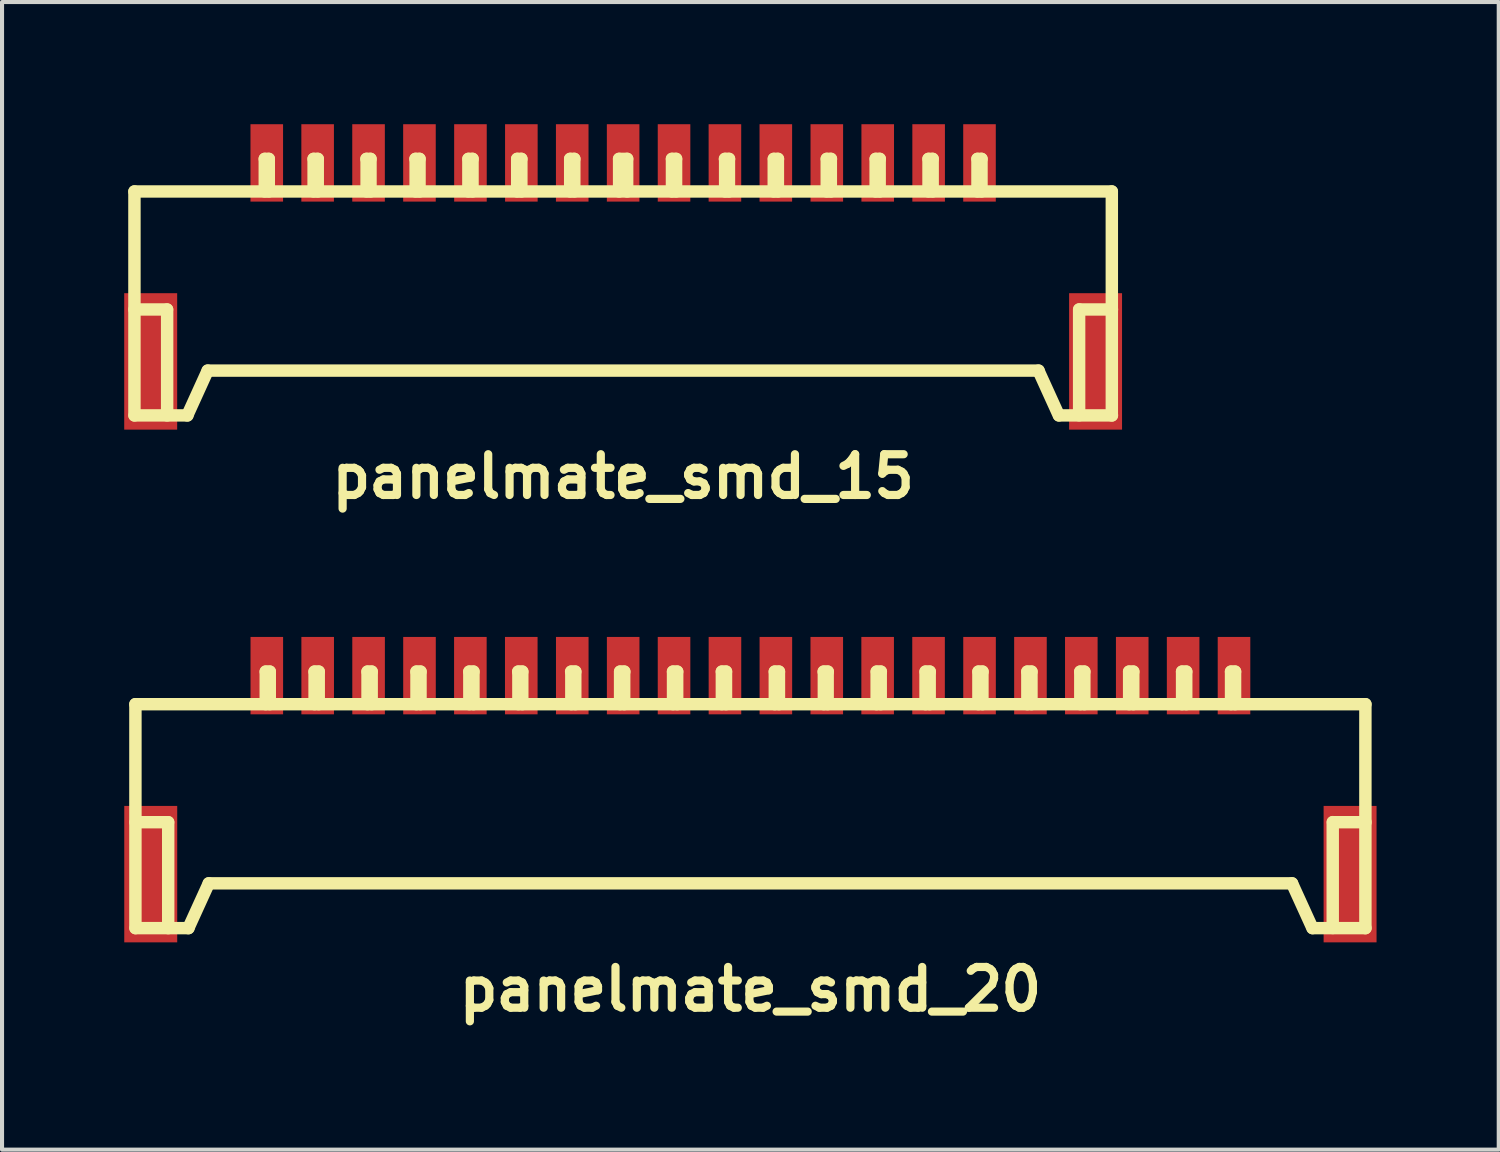
<source format=kicad_pcb>
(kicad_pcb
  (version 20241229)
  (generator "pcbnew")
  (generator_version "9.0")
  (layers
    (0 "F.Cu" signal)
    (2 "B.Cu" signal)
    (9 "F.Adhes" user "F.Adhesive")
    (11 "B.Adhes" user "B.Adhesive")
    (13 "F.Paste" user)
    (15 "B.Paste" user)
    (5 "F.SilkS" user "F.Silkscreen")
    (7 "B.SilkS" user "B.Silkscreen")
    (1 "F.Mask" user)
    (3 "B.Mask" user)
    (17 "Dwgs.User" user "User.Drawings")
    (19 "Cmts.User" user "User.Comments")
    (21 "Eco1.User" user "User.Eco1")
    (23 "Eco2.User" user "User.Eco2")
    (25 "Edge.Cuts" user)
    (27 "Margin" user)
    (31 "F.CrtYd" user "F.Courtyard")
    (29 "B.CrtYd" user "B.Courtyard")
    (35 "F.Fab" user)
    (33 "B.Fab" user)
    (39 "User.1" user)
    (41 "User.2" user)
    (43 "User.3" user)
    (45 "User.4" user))
  (footprint "panelmate_smd_20"
    (layer "F.Cu")
    (at 15.375 17.039)
    (property "Reference" "panelmate_smd_20" (at 0 4.201 0) (layer "F.SilkS") (effects (font (size 1.001 1.001) (thickness 0.201))))
    (attr through_hole)
    (fp_line (start -15.1 -2.799) (end -15.1 2.7) (stroke (width 0.305) (type solid)) (layer "F.SilkS"))
    (fp_line (start -15.098 0.099) (end -14.298 0.099) (stroke (width 0.305) (type solid)) (layer "F.SilkS"))
    (fp_line (start -14.295 0.099) (end -14.295 2.7) (stroke (width 0.305) (type solid)) (layer "F.SilkS"))
    (fp_line (start -13.8 2.7) (end -13.299 1.6) (stroke (width 0.305) (type solid)) (layer "F.SilkS"))
    (fp_line (start -13.797 2.7) (end -15.095 2.7) (stroke (width 0.305) (type solid)) (layer "F.SilkS"))
    (fp_line (start -13.299 1.6) (end 13.299 1.6) (stroke (width 0.305) (type solid)) (layer "F.SilkS"))
    (fp_line (start -11.9 -3.599) (end -11.9 -2.799) (stroke (width 0.305) (type solid)) (layer "F.SilkS"))
    (fp_line (start -11.801 -3.599) (end -11.9 -3.599) (stroke (width 0.305) (type solid)) (layer "F.SilkS"))
    (fp_line (start -11.801 -2.799) (end -11.801 -3.599) (stroke (width 0.305) (type solid)) (layer "F.SilkS"))
    (fp_line (start -10.701 -3.599) (end -10.599 -3.599) (stroke (width 0.305) (type solid)) (layer "F.SilkS"))
    (fp_line (start -10.701 -2.799) (end -10.701 -3.599) (stroke (width 0.305) (type solid)) (layer "F.SilkS"))
    (fp_line (start -10.599 -3.599) (end -10.599 -2.799) (stroke (width 0.305) (type solid)) (layer "F.SilkS"))
    (fp_line (start -9.401 -3.599) (end -9.401 -2.799) (stroke (width 0.305) (type solid)) (layer "F.SilkS"))
    (fp_line (start -9.299 -3.599) (end -9.401 -3.599) (stroke (width 0.305) (type solid)) (layer "F.SilkS"))
    (fp_line (start -9.299 -2.799) (end -9.299 -3.599) (stroke (width 0.305) (type solid)) (layer "F.SilkS"))
    (fp_line (start -8.199 -3.599) (end -8.1 -3.599) (stroke (width 0.305) (type solid)) (layer "F.SilkS"))
    (fp_line (start -8.199 -2.799) (end -8.199 -3.599) (stroke (width 0.305) (type solid)) (layer "F.SilkS"))
    (fp_line (start -8.1 -3.599) (end -8.1 -2.799) (stroke (width 0.305) (type solid)) (layer "F.SilkS"))
    (fp_line (start -6.901 -3.599) (end -6.901 -2.799) (stroke (width 0.305) (type solid)) (layer "F.SilkS"))
    (fp_line (start -6.8 -3.599) (end -6.901 -3.599) (stroke (width 0.305) (type solid)) (layer "F.SilkS"))
    (fp_line (start -6.8 -2.799) (end -6.8 -3.599) (stroke (width 0.305) (type solid)) (layer "F.SilkS"))
    (fp_line (start -5.702 -3.599) (end -5.601 -3.599) (stroke (width 0.305) (type solid)) (layer "F.SilkS"))
    (fp_line (start -5.697 -2.799) (end -5.697 -3.599) (stroke (width 0.305) (type solid)) (layer "F.SilkS"))
    (fp_line (start -5.601 -3.599) (end -5.601 -2.799) (stroke (width 0.305) (type solid)) (layer "F.SilkS"))
    (fp_line (start -4.402 -3.599) (end -4.3 -3.599) (stroke (width 0.305) (type solid)) (layer "F.SilkS"))
    (fp_line (start -4.397 -2.799) (end -4.397 -3.599) (stroke (width 0.305) (type solid)) (layer "F.SilkS"))
    (fp_line (start -4.3 -3.599) (end -4.3 -2.799) (stroke (width 0.305) (type solid)) (layer "F.SilkS"))
    (fp_line (start -3.2 -3.599) (end -3.2 -2.799) (stroke (width 0.305) (type solid)) (layer "F.SilkS"))
    (fp_line (start -3.099 -3.599) (end -3.099 -2.799) (stroke (width 0.305) (type solid)) (layer "F.SilkS"))
    (fp_line (start -3.096 -3.599) (end -3.198 -3.599) (stroke (width 0.305) (type solid)) (layer "F.SilkS"))
    (fp_line (start -1.9 -3.599) (end -1.798 -3.599) (stroke (width 0.305) (type solid)) (layer "F.SilkS"))
    (fp_line (start -1.9 -2.799) (end -1.9 -3.599) (stroke (width 0.305) (type solid)) (layer "F.SilkS"))
    (fp_line (start -1.798 -3.599) (end -1.798 -2.799) (stroke (width 0.305) (type solid)) (layer "F.SilkS"))
    (fp_line (start -0.701 -3.599) (end -0.599 -3.599) (stroke (width 0.305) (type solid)) (layer "F.SilkS"))
    (fp_line (start -0.701 -2.799) (end -0.701 -3.599) (stroke (width 0.305) (type solid)) (layer "F.SilkS"))
    (fp_line (start -0.599 -3.599) (end -0.599 -2.799) (stroke (width 0.305) (type solid)) (layer "F.SilkS"))
    (fp_line (start 0.599 -3.599) (end 0.599 -2.799) (stroke (width 0.305) (type solid)) (layer "F.SilkS"))
    (fp_line (start 0.701 -3.599) (end 0.599 -3.599) (stroke (width 0.305) (type solid)) (layer "F.SilkS"))
    (fp_line (start 0.701 -2.799) (end 0.701 -3.599) (stroke (width 0.305) (type solid)) (layer "F.SilkS"))
    (fp_line (start 1.803 -3.599) (end 1.803 -2.799) (stroke (width 0.305) (type solid)) (layer "F.SilkS"))
    (fp_line (start 1.897 -3.599) (end 1.897 -2.799) (stroke (width 0.305) (type solid)) (layer "F.SilkS"))
    (fp_line (start 1.9 -3.599) (end 1.798 -3.599) (stroke (width 0.305) (type solid)) (layer "F.SilkS"))
    (fp_line (start 3.099 -3.599) (end 3.099 -2.799) (stroke (width 0.305) (type solid)) (layer "F.SilkS"))
    (fp_line (start 3.104 -3.599) (end 3.203 -3.599) (stroke (width 0.305) (type solid)) (layer "F.SilkS"))
    (fp_line (start 3.2 -2.799) (end 3.2 -3.599) (stroke (width 0.305) (type solid)) (layer "F.SilkS"))
    (fp_line (start 4.3 -3.599) (end 4.3 -2.799) (stroke (width 0.305) (type solid)) (layer "F.SilkS"))
    (fp_line (start 4.402 -2.799) (end 4.402 -3.599) (stroke (width 0.305) (type solid)) (layer "F.SilkS"))
    (fp_line (start 4.404 -3.599) (end 4.303 -3.599) (stroke (width 0.305) (type solid)) (layer "F.SilkS"))
    (fp_line (start 5.598 -3.599) (end 5.598 -2.799) (stroke (width 0.305) (type solid)) (layer "F.SilkS"))
    (fp_line (start 5.601 -3.599) (end 5.7 -3.599) (stroke (width 0.305) (type solid)) (layer "F.SilkS"))
    (fp_line (start 5.697 -2.799) (end 5.697 -3.599) (stroke (width 0.305) (type solid)) (layer "F.SilkS"))
    (fp_line (start 6.8 -3.599) (end 6.901 -3.599) (stroke (width 0.305) (type solid)) (layer "F.SilkS"))
    (fp_line (start 6.8 -2.799) (end 6.8 -3.599) (stroke (width 0.305) (type solid)) (layer "F.SilkS"))
    (fp_line (start 6.901 -3.599) (end 6.901 -2.799) (stroke (width 0.305) (type solid)) (layer "F.SilkS"))
    (fp_line (start 8.1 -3.599) (end 8.1 -2.799) (stroke (width 0.305) (type solid)) (layer "F.SilkS"))
    (fp_line (start 8.199 -3.599) (end 8.1 -3.599) (stroke (width 0.305) (type solid)) (layer "F.SilkS"))
    (fp_line (start 8.199 -2.799) (end 8.199 -3.599) (stroke (width 0.305) (type solid)) (layer "F.SilkS"))
    (fp_line (start 9.299 -3.599) (end 9.401 -3.599) (stroke (width 0.305) (type solid)) (layer "F.SilkS"))
    (fp_line (start 9.299 -2.799) (end 9.299 -3.599) (stroke (width 0.305) (type solid)) (layer "F.SilkS"))
    (fp_line (start 9.401 -3.599) (end 9.401 -2.799) (stroke (width 0.305) (type solid)) (layer "F.SilkS"))
    (fp_line (start 10.599 -3.599) (end 10.701 -3.599) (stroke (width 0.305) (type solid)) (layer "F.SilkS"))
    (fp_line (start 10.599 -2.799) (end 10.599 -3.599) (stroke (width 0.305) (type solid)) (layer "F.SilkS"))
    (fp_line (start 10.701 -3.599) (end 10.701 -2.799) (stroke (width 0.305) (type solid)) (layer "F.SilkS"))
    (fp_line (start 11.801 -3.599) (end 11.9 -3.599) (stroke (width 0.305) (type solid)) (layer "F.SilkS"))
    (fp_line (start 11.801 -2.799) (end 11.801 -3.599) (stroke (width 0.305) (type solid)) (layer "F.SilkS"))
    (fp_line (start 11.9 -3.599) (end 11.9 -2.799) (stroke (width 0.305) (type solid)) (layer "F.SilkS"))
    (fp_line (start 13.299 1.6) (end 13.8 2.7) (stroke (width 0.305) (type solid)) (layer "F.SilkS"))
    (fp_line (start 13.805 2.7) (end 15.103 2.7) (stroke (width 0.305) (type solid)) (layer "F.SilkS"))
    (fp_line (start 14.298 0.097) (end 14.298 2.697) (stroke (width 0.305) (type solid)) (layer "F.SilkS"))
    (fp_line (start 15.1 -2.799) (end -15.1 -2.799) (stroke (width 0.305) (type solid)) (layer "F.SilkS"))
    (fp_line (start 15.1 -2.799) (end 15.1 2.7) (stroke (width 0.305) (type solid)) (layer "F.SilkS"))
    (fp_line (start 15.103 0.099) (end 14.303 0.099) (stroke (width 0.305) (type solid)) (layer "F.SilkS"))
    (pad "1" smd rect (at -11.874 -3.5) (size 0.8 1.9) (layers "F.Cu" "F.Mask" "F.Paste"))
    (pad "2" smd rect (at -10.625 -3.5) (size 0.8 1.9) (layers "F.Cu" "F.Mask" "F.Paste"))
    (pad "3" smd rect (at -9.375 -3.5) (size 0.8 1.9) (layers "F.Cu" "F.Mask" "F.Paste"))
    (pad "4" smd rect (at -8.125 -3.5) (size 0.8 1.9) (layers "F.Cu" "F.Mask" "F.Paste"))
    (pad "5" smd rect (at -6.876 -3.5) (size 0.8 1.9) (layers "F.Cu" "F.Mask" "F.Paste"))
    (pad "6" smd rect (at -5.626 -3.5) (size 0.8 1.9) (layers "F.Cu" "F.Mask" "F.Paste"))
    (pad "7" smd rect (at -4.374 -3.5) (size 0.8 1.9) (layers "F.Cu" "F.Mask" "F.Paste"))
    (pad "8" smd rect (at -3.124 -3.5) (size 0.8 1.9) (layers "F.Cu" "F.Mask" "F.Paste"))
    (pad "9" smd rect (at -1.875 -3.5) (size 0.8 1.9) (layers "F.Cu" "F.Mask" "F.Paste"))
    (pad "10" smd rect (at -0.625 -3.5) (size 0.8 1.9) (layers "F.Cu" "F.Mask" "F.Paste"))
    (pad "11" smd rect (at 0.625 -3.5) (size 0.8 1.9) (layers "F.Cu" "F.Mask" "F.Paste"))
    (pad "12" smd rect (at 1.875 -3.5) (size 0.8 1.9) (layers "F.Cu" "F.Mask" "F.Paste"))
    (pad "13" smd rect (at 3.124 -3.5) (size 0.8 1.9) (layers "F.Cu" "F.Mask" "F.Paste"))
    (pad "14" smd rect (at 4.374 -3.5) (size 0.8 1.9) (layers "F.Cu" "F.Mask" "F.Paste"))
    (pad "15" smd rect (at 5.626 -3.5) (size 0.8 1.9) (layers "F.Cu" "F.Mask" "F.Paste"))
    (pad "16" smd rect (at 6.876 -3.5) (size 0.8 1.9) (layers "F.Cu" "F.Mask" "F.Paste"))
    (pad "17" smd rect (at 8.125 -3.5) (size 0.8 1.9) (layers "F.Cu" "F.Mask" "F.Paste"))
    (pad "18" smd rect (at 9.375 -3.5) (size 0.8 1.9) (layers "F.Cu" "F.Mask" "F.Paste"))
    (pad "19" smd rect (at 10.625 -3.5) (size 0.8 1.9) (layers "F.Cu" "F.Mask" "F.Paste"))
    (pad "20" smd rect (at 11.874 -3.5) (size 0.8 1.9) (layers "F.Cu" "F.Mask" "F.Paste"))
    (pad "21" smd rect (at -14.724 1.374) (size 1.3 3.35) (layers "F.Cu" "F.Mask" "F.Paste"))
    (pad "21" smd rect (at 14.724 1.374) (size 1.3 3.35) (layers "F.Cu" "F.Mask" "F.Paste")))
  (footprint "panelmate_smd_15"
    (layer "F.Cu")
    (at 12.25 4.45)
    (property "Reference" "panelmate_smd_15" (at 0 4.201 0) (layer "F.SilkS") (effects (font (size 1.001 1.001) (thickness 0.201))))
    (attr through_hole)
    (fp_line (start -11.999 -2.799) (end -11.999 2.7) (stroke (width 0.305) (type solid)) (layer "F.SilkS"))
    (fp_line (start -11.999 -2.799) (end 11.999 -2.799) (stroke (width 0.305) (type solid)) (layer "F.SilkS"))
    (fp_line (start -11.999 0.099) (end -11.199 0.099) (stroke (width 0.305) (type solid)) (layer "F.SilkS"))
    (fp_line (start -11.196 0.099) (end -11.196 2.7) (stroke (width 0.305) (type solid)) (layer "F.SilkS"))
    (fp_line (start -10.701 2.7) (end -10.201 1.6) (stroke (width 0.305) (type solid)) (layer "F.SilkS"))
    (fp_line (start -10.698 2.7) (end -11.996 2.7) (stroke (width 0.305) (type solid)) (layer "F.SilkS"))
    (fp_line (start -8.799 -3.599) (end -8.7 -3.599) (stroke (width 0.305) (type solid)) (layer "F.SilkS"))
    (fp_line (start -8.799 -2.799) (end -8.799 -3.599) (stroke (width 0.305) (type solid)) (layer "F.SilkS"))
    (fp_line (start -8.7 -3.599) (end -8.7 -2.799) (stroke (width 0.305) (type solid)) (layer "F.SilkS"))
    (fp_line (start -7.6 -3.599) (end -7.6 -2.799) (stroke (width 0.305) (type solid)) (layer "F.SilkS"))
    (fp_line (start -7.498 -3.599) (end -7.6 -3.599) (stroke (width 0.305) (type solid)) (layer "F.SilkS"))
    (fp_line (start -7.498 -2.799) (end -7.498 -3.599) (stroke (width 0.305) (type solid)) (layer "F.SilkS"))
    (fp_line (start -6.304 -3.599) (end -6.203 -3.599) (stroke (width 0.305) (type solid)) (layer "F.SilkS"))
    (fp_line (start -6.299 -2.799) (end -6.299 -3.599) (stroke (width 0.305) (type solid)) (layer "F.SilkS"))
    (fp_line (start -6.203 -3.599) (end -6.203 -2.799) (stroke (width 0.305) (type solid)) (layer "F.SilkS"))
    (fp_line (start -5.1 -3.599) (end -4.999 -3.599) (stroke (width 0.305) (type solid)) (layer "F.SilkS"))
    (fp_line (start -5.095 -2.799) (end -5.095 -3.599) (stroke (width 0.305) (type solid)) (layer "F.SilkS"))
    (fp_line (start -4.999 -3.599) (end -4.999 -2.799) (stroke (width 0.305) (type solid)) (layer "F.SilkS"))
    (fp_line (start -3.8 -3.599) (end -3.8 -2.799) (stroke (width 0.305) (type solid)) (layer "F.SilkS"))
    (fp_line (start -3.698 -3.599) (end -3.698 -2.799) (stroke (width 0.305) (type solid)) (layer "F.SilkS"))
    (fp_line (start -3.696 -3.599) (end -3.797 -3.599) (stroke (width 0.305) (type solid)) (layer "F.SilkS"))
    (fp_line (start -2.601 -3.599) (end -2.499 -3.599) (stroke (width 0.305) (type solid)) (layer "F.SilkS"))
    (fp_line (start -2.601 -2.799) (end -2.601 -3.599) (stroke (width 0.305) (type solid)) (layer "F.SilkS"))
    (fp_line (start -2.499 -3.599) (end -2.499 -2.799) (stroke (width 0.305) (type solid)) (layer "F.SilkS"))
    (fp_line (start -1.3 -3.599) (end -1.199 -3.599) (stroke (width 0.305) (type solid)) (layer "F.SilkS"))
    (fp_line (start -1.3 -2.799) (end -1.3 -3.599) (stroke (width 0.305) (type solid)) (layer "F.SilkS"))
    (fp_line (start -1.199 -3.599) (end -1.199 -2.799) (stroke (width 0.305) (type solid)) (layer "F.SilkS"))
    (fp_line (start -0.099 -3.599) (end 0.099 -3.599) (stroke (width 0.305) (type solid)) (layer "F.SilkS"))
    (fp_line (start -0.099 -2.799) (end -0.099 -3.599) (stroke (width 0.305) (type solid)) (layer "F.SilkS"))
    (fp_line (start 0.099 -3.599) (end 0.099 -2.799) (stroke (width 0.305) (type solid)) (layer "F.SilkS"))
    (fp_line (start 1.199 -3.599) (end 1.199 -2.799) (stroke (width 0.305) (type solid)) (layer "F.SilkS"))
    (fp_line (start 1.3 -3.599) (end 1.199 -3.599) (stroke (width 0.305) (type solid)) (layer "F.SilkS"))
    (fp_line (start 1.3 -2.799) (end 1.3 -3.599) (stroke (width 0.305) (type solid)) (layer "F.SilkS"))
    (fp_line (start 2.504 -3.599) (end 2.504 -2.799) (stroke (width 0.305) (type solid)) (layer "F.SilkS"))
    (fp_line (start 2.598 -3.599) (end 2.598 -2.799) (stroke (width 0.305) (type solid)) (layer "F.SilkS"))
    (fp_line (start 2.601 -3.599) (end 2.499 -3.599) (stroke (width 0.305) (type solid)) (layer "F.SilkS"))
    (fp_line (start 3.698 -3.599) (end 3.698 -2.799) (stroke (width 0.305) (type solid)) (layer "F.SilkS"))
    (fp_line (start 3.703 -3.599) (end 3.802 -3.599) (stroke (width 0.305) (type solid)) (layer "F.SilkS"))
    (fp_line (start 3.8 -2.799) (end 3.8 -3.599) (stroke (width 0.305) (type solid)) (layer "F.SilkS"))
    (fp_line (start 4.999 -3.599) (end 4.999 -2.799) (stroke (width 0.305) (type solid)) (layer "F.SilkS"))
    (fp_line (start 5.1 -2.799) (end 5.1 -3.599) (stroke (width 0.305) (type solid)) (layer "F.SilkS"))
    (fp_line (start 5.103 -3.599) (end 5.001 -3.599) (stroke (width 0.305) (type solid)) (layer "F.SilkS"))
    (fp_line (start 6.2 -3.599) (end 6.2 -2.799) (stroke (width 0.305) (type solid)) (layer "F.SilkS"))
    (fp_line (start 6.203 -3.599) (end 6.302 -3.599) (stroke (width 0.305) (type solid)) (layer "F.SilkS"))
    (fp_line (start 6.299 -2.799) (end 6.299 -3.599) (stroke (width 0.305) (type solid)) (layer "F.SilkS"))
    (fp_line (start 7.498 -3.599) (end 7.6 -3.599) (stroke (width 0.305) (type solid)) (layer "F.SilkS"))
    (fp_line (start 7.498 -2.799) (end 7.498 -3.599) (stroke (width 0.305) (type solid)) (layer "F.SilkS"))
    (fp_line (start 7.6 -3.599) (end 7.6 -2.799) (stroke (width 0.305) (type solid)) (layer "F.SilkS"))
    (fp_line (start 8.7 -3.599) (end 8.7 -2.799) (stroke (width 0.305) (type solid)) (layer "F.SilkS"))
    (fp_line (start 8.799 -3.599) (end 8.7 -3.599) (stroke (width 0.305) (type solid)) (layer "F.SilkS"))
    (fp_line (start 8.799 -2.799) (end 8.799 -3.599) (stroke (width 0.305) (type solid)) (layer "F.SilkS"))
    (fp_line (start 10.198 1.6) (end 10.698 2.7) (stroke (width 0.305) (type solid)) (layer "F.SilkS"))
    (fp_line (start 10.201 1.6) (end -10.201 1.6) (stroke (width 0.305) (type solid)) (layer "F.SilkS"))
    (fp_line (start 10.704 2.7) (end 12.002 2.7) (stroke (width 0.305) (type solid)) (layer "F.SilkS"))
    (fp_line (start 11.196 0.097) (end 11.196 2.697) (stroke (width 0.305) (type solid)) (layer "F.SilkS"))
    (fp_line (start 11.999 -2.799) (end 11.999 2.7) (stroke (width 0.305) (type solid)) (layer "F.SilkS"))
    (fp_line (start 12.002 0.099) (end 11.201 0.099) (stroke (width 0.305) (type solid)) (layer "F.SilkS"))
    (pad "1" smd rect (at -8.75 -3.5) (size 0.8 1.9) (layers "F.Cu" "F.Mask" "F.Paste"))
    (pad "2" smd rect (at -7.501 -3.5) (size 0.8 1.9) (layers "F.Cu" "F.Mask" "F.Paste"))
    (pad "3" smd rect (at -6.251 -3.5) (size 0.8 1.9) (layers "F.Cu" "F.Mask" "F.Paste"))
    (pad "4" smd rect (at -5.001 -3.5) (size 0.8 1.9) (layers "F.Cu" "F.Mask" "F.Paste"))
    (pad "5" smd rect (at -3.749 -3.5) (size 0.8 1.9) (layers "F.Cu" "F.Mask" "F.Paste"))
    (pad "6" smd rect (at -2.499 -3.5) (size 0.8 1.9) (layers "F.Cu" "F.Mask" "F.Paste"))
    (pad "7" smd rect (at -1.25 -3.5) (size 0.8 1.9) (layers "F.Cu" "F.Mask" "F.Paste"))
    (pad "8" smd rect (at 0 -3.5) (size 0.8 1.9) (layers "F.Cu" "F.Mask" "F.Paste"))
    (pad "9" smd rect (at 1.25 -3.5) (size 0.8 1.9) (layers "F.Cu" "F.Mask" "F.Paste"))
    (pad "10" smd rect (at 2.499 -3.5) (size 0.8 1.9) (layers "F.Cu" "F.Mask" "F.Paste"))
    (pad "11" smd rect (at 3.749 -3.5) (size 0.8 1.9) (layers "F.Cu" "F.Mask" "F.Paste"))
    (pad "12" smd rect (at 5.001 -3.5) (size 0.8 1.9) (layers "F.Cu" "F.Mask" "F.Paste"))
    (pad "13" smd rect (at 6.251 -3.5) (size 0.8 1.9) (layers "F.Cu" "F.Mask" "F.Paste"))
    (pad "14" smd rect (at 7.501 -3.5) (size 0.8 1.9) (layers "F.Cu" "F.Mask" "F.Paste"))
    (pad "15" smd rect (at 8.75 -3.5) (size 0.8 1.9) (layers "F.Cu" "F.Mask" "F.Paste"))
    (pad "16" smd rect (at -11.6 1.374) (size 1.3 3.35) (layers "F.Cu" "F.Mask" "F.Paste"))
    (pad "16" smd rect (at 11.6 1.374) (size 1.3 3.35) (layers "F.Cu" "F.Mask" "F.Paste")))
  (gr_rect
    (start -3 -3)
    (end 33.749 25.178)
    (stroke (width 0.1) (type default))
    (fill no)
    (layer "Edge.Cuts")))
</source>
